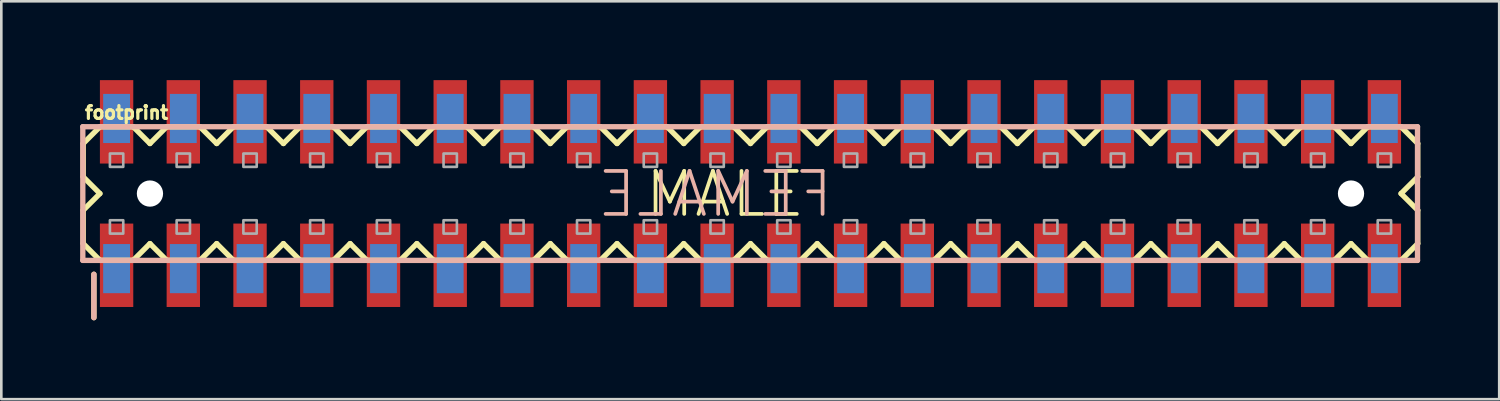
<source format=kicad_pcb>
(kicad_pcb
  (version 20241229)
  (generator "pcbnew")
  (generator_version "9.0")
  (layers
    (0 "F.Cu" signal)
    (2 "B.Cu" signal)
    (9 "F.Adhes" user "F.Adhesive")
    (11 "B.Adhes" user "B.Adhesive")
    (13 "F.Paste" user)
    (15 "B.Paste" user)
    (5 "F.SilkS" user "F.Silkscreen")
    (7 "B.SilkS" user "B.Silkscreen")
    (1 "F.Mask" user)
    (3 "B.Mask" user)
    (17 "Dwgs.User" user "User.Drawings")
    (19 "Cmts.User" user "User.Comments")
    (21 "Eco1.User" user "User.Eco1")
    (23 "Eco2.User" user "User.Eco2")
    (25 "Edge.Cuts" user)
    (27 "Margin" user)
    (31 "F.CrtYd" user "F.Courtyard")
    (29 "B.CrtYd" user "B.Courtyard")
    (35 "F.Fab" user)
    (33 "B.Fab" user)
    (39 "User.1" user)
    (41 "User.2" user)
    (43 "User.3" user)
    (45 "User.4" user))
  (footprint "footprint"
    (layer "F.Cu")
    (at 1.388 5.588)
    (property "Reference" "footprint" (at -1.27 -4.064 0) (layer "F.SilkS") (effects (font (size 0.488 0.488) (thickness 0.122)) (justify left bottom)))
    (fp_line (start -1.27 -3.175) (end -1.27 -1.905) (stroke (width 0.203) (type solid)) (layer "F.SilkS"))
    (fp_line (start -1.27 -3.175) (end -0.635 -3.81) (stroke (width 0.203) (type solid)) (layer "F.SilkS"))
    (fp_line (start -1.27 -1.905) (end -0.635 -1.27) (stroke (width 0.203) (type solid)) (layer "F.SilkS"))
    (fp_line (start -1.27 -0.635) (end -1.27 0.635) (stroke (width 0.203) (type solid)) (layer "F.SilkS"))
    (fp_line (start -1.27 0.635) (end -0.635 1.27) (stroke (width 0.203) (type solid)) (layer "F.SilkS"))
    (fp_line (start -0.864 3.454) (end -0.864 1.803) (stroke (width 0.203) (type solid)) (layer "F.SilkS"))
    (fp_line (start -0.635 -3.81) (end 0.635 -3.81) (stroke (width 0.203) (type solid)) (layer "F.SilkS"))
    (fp_line (start -0.635 -1.27) (end -1.27 -0.635) (stroke (width 0.203) (type solid)) (layer "F.SilkS"))
    (fp_line (start 0.635 -3.81) (end 1.27 -3.175) (stroke (width 0.203) (type solid)) (layer "F.SilkS"))
    (fp_line (start 0.635 1.27) (end -0.635 1.27) (stroke (width 0.203) (type solid)) (layer "F.SilkS"))
    (fp_line (start 1.27 -3.175) (end 1.905 -3.81) (stroke (width 0.203) (type solid)) (layer "F.SilkS"))
    (fp_line (start 1.27 0.635) (end 0.635 1.27) (stroke (width 0.203) (type solid)) (layer "F.SilkS"))
    (fp_line (start 1.905 -3.81) (end 3.175 -3.81) (stroke (width 0.203) (type solid)) (layer "F.SilkS"))
    (fp_line (start 1.905 1.27) (end 1.27 0.635) (stroke (width 0.203) (type solid)) (layer "F.SilkS"))
    (fp_line (start 3.175 -3.81) (end 3.81 -3.175) (stroke (width 0.203) (type solid)) (layer "F.SilkS"))
    (fp_line (start 3.175 1.27) (end 1.905 1.27) (stroke (width 0.203) (type solid)) (layer "F.SilkS"))
    (fp_line (start 3.81 -3.175) (end 4.445 -3.81) (stroke (width 0.203) (type solid)) (layer "F.SilkS"))
    (fp_line (start 3.81 0.635) (end 3.175 1.27) (stroke (width 0.203) (type solid)) (layer "F.SilkS"))
    (fp_line (start 4.445 -3.81) (end 5.715 -3.81) (stroke (width 0.203) (type solid)) (layer "F.SilkS"))
    (fp_line (start 4.445 1.27) (end 3.81 0.635) (stroke (width 0.203) (type solid)) (layer "F.SilkS"))
    (fp_line (start 5.715 -3.81) (end 6.35 -3.175) (stroke (width 0.203) (type solid)) (layer "F.SilkS"))
    (fp_line (start 5.715 1.27) (end 4.445 1.27) (stroke (width 0.203) (type solid)) (layer "F.SilkS"))
    (fp_line (start 6.35 0.635) (end 5.715 1.27) (stroke (width 0.203) (type solid)) (layer "F.SilkS"))
    (fp_line (start 6.35 0.635) (end 6.985 1.27) (stroke (width 0.203) (type solid)) (layer "F.SilkS"))
    (fp_line (start 6.985 -3.81) (end 6.35 -3.175) (stroke (width 0.203) (type solid)) (layer "F.SilkS"))
    (fp_line (start 6.985 -3.81) (end 8.255 -3.81) (stroke (width 0.203) (type solid)) (layer "F.SilkS"))
    (fp_line (start 8.255 -3.81) (end 8.89 -3.175) (stroke (width 0.203) (type solid)) (layer "F.SilkS"))
    (fp_line (start 8.255 1.27) (end 6.985 1.27) (stroke (width 0.203) (type solid)) (layer "F.SilkS"))
    (fp_line (start 8.89 -3.175) (end 9.525 -3.81) (stroke (width 0.203) (type solid)) (layer "F.SilkS"))
    (fp_line (start 8.89 0.635) (end 8.255 1.27) (stroke (width 0.203) (type solid)) (layer "F.SilkS"))
    (fp_line (start 9.525 -3.81) (end 10.795 -3.81) (stroke (width 0.203) (type solid)) (layer "F.SilkS"))
    (fp_line (start 9.525 1.27) (end 8.89 0.635) (stroke (width 0.203) (type solid)) (layer "F.SilkS"))
    (fp_line (start 10.795 -3.81) (end 11.43 -3.175) (stroke (width 0.203) (type solid)) (layer "F.SilkS"))
    (fp_line (start 10.795 1.27) (end 9.525 1.27) (stroke (width 0.203) (type solid)) (layer "F.SilkS"))
    (fp_line (start 11.43 -3.175) (end 12.065 -3.81) (stroke (width 0.203) (type solid)) (layer "F.SilkS"))
    (fp_line (start 11.43 0.635) (end 10.795 1.27) (stroke (width 0.203) (type solid)) (layer "F.SilkS"))
    (fp_line (start 12.065 -3.81) (end 13.335 -3.81) (stroke (width 0.203) (type solid)) (layer "F.SilkS"))
    (fp_line (start 12.065 1.27) (end 11.43 0.635) (stroke (width 0.203) (type solid)) (layer "F.SilkS"))
    (fp_line (start 13.335 -3.81) (end 13.97 -3.175) (stroke (width 0.203) (type solid)) (layer "F.SilkS"))
    (fp_line (start 13.335 1.27) (end 12.065 1.27) (stroke (width 0.203) (type solid)) (layer "F.SilkS"))
    (fp_line (start 13.97 0.635) (end 13.335 1.27) (stroke (width 0.203) (type solid)) (layer "F.SilkS"))
    (fp_line (start 13.97 0.635) (end 14.605 1.27) (stroke (width 0.203) (type solid)) (layer "F.SilkS"))
    (fp_line (start 14.605 -3.81) (end 13.97 -3.175) (stroke (width 0.203) (type solid)) (layer "F.SilkS"))
    (fp_line (start 14.605 -3.81) (end 15.875 -3.81) (stroke (width 0.203) (type solid)) (layer "F.SilkS"))
    (fp_line (start 15.875 -3.81) (end 16.51 -3.175) (stroke (width 0.203) (type solid)) (layer "F.SilkS"))
    (fp_line (start 15.875 1.27) (end 14.605 1.27) (stroke (width 0.203) (type solid)) (layer "F.SilkS"))
    (fp_line (start 16.51 0.635) (end 15.875 1.27) (stroke (width 0.203) (type solid)) (layer "F.SilkS"))
    (fp_line (start 16.51 0.635) (end 17.145 1.27) (stroke (width 0.203) (type solid)) (layer "F.SilkS"))
    (fp_line (start 17.145 -3.81) (end 16.51 -3.175) (stroke (width 0.203) (type solid)) (layer "F.SilkS"))
    (fp_line (start 17.145 -3.81) (end 18.415 -3.81) (stroke (width 0.203) (type solid)) (layer "F.SilkS"))
    (fp_line (start 18.415 -3.81) (end 19.05 -3.175) (stroke (width 0.203) (type solid)) (layer "F.SilkS"))
    (fp_line (start 18.415 1.27) (end 17.145 1.27) (stroke (width 0.203) (type solid)) (layer "F.SilkS"))
    (fp_line (start 19.05 -3.175) (end 19.685 -3.81) (stroke (width 0.203) (type solid)) (layer "F.SilkS"))
    (fp_line (start 19.05 0.635) (end 18.415 1.27) (stroke (width 0.203) (type solid)) (layer "F.SilkS"))
    (fp_line (start 19.685 -3.81) (end 20.955 -3.81) (stroke (width 0.203) (type solid)) (layer "F.SilkS"))
    (fp_line (start 19.685 1.27) (end 19.05 0.635) (stroke (width 0.203) (type solid)) (layer "F.SilkS"))
    (fp_line (start 20.955 -3.81) (end 21.59 -3.175) (stroke (width 0.203) (type solid)) (layer "F.SilkS"))
    (fp_line (start 20.955 1.27) (end 19.685 1.27) (stroke (width 0.203) (type solid)) (layer "F.SilkS"))
    (fp_line (start 21.59 -3.175) (end 22.225 -3.81) (stroke (width 0.203) (type solid)) (layer "F.SilkS"))
    (fp_line (start 21.59 0.635) (end 20.955 1.27) (stroke (width 0.203) (type solid)) (layer "F.SilkS"))
    (fp_line (start 22.225 -3.81) (end 23.495 -3.81) (stroke (width 0.203) (type solid)) (layer "F.SilkS"))
    (fp_line (start 22.225 1.27) (end 21.59 0.635) (stroke (width 0.203) (type solid)) (layer "F.SilkS"))
    (fp_line (start 23.495 -3.81) (end 24.13 -3.175) (stroke (width 0.203) (type solid)) (layer "F.SilkS"))
    (fp_line (start 23.495 1.27) (end 22.225 1.27) (stroke (width 0.203) (type solid)) (layer "F.SilkS"))
    (fp_line (start 24.13 0.635) (end 23.495 1.27) (stroke (width 0.203) (type solid)) (layer "F.SilkS"))
    (fp_line (start 24.13 0.635) (end 24.765 1.27) (stroke (width 0.203) (type solid)) (layer "F.SilkS"))
    (fp_line (start 24.765 -3.81) (end 24.13 -3.175) (stroke (width 0.203) (type solid)) (layer "F.SilkS"))
    (fp_line (start 24.765 -3.81) (end 26.035 -3.81) (stroke (width 0.203) (type solid)) (layer "F.SilkS"))
    (fp_line (start 26.035 -3.81) (end 26.67 -3.175) (stroke (width 0.203) (type solid)) (layer "F.SilkS"))
    (fp_line (start 26.035 1.27) (end 24.765 1.27) (stroke (width 0.203) (type solid)) (layer "F.SilkS"))
    (fp_line (start 26.67 -3.175) (end 27.305 -3.81) (stroke (width 0.203) (type solid)) (layer "F.SilkS"))
    (fp_line (start 26.67 0.635) (end 26.035 1.27) (stroke (width 0.203) (type solid)) (layer "F.SilkS"))
    (fp_line (start 27.305 -3.81) (end 28.575 -3.81) (stroke (width 0.203) (type solid)) (layer "F.SilkS"))
    (fp_line (start 27.305 1.27) (end 26.67 0.635) (stroke (width 0.203) (type solid)) (layer "F.SilkS"))
    (fp_line (start 28.575 -3.81) (end 29.21 -3.175) (stroke (width 0.203) (type solid)) (layer "F.SilkS"))
    (fp_line (start 28.575 1.27) (end 27.305 1.27) (stroke (width 0.203) (type solid)) (layer "F.SilkS"))
    (fp_line (start 29.21 -3.175) (end 29.845 -3.81) (stroke (width 0.203) (type solid)) (layer "F.SilkS"))
    (fp_line (start 29.21 0.635) (end 28.575 1.27) (stroke (width 0.203) (type solid)) (layer "F.SilkS"))
    (fp_line (start 29.845 -3.81) (end 31.115 -3.81) (stroke (width 0.203) (type solid)) (layer "F.SilkS"))
    (fp_line (start 29.845 1.27) (end 29.21 0.635) (stroke (width 0.203) (type solid)) (layer "F.SilkS"))
    (fp_line (start 31.115 -3.81) (end 31.75 -3.175) (stroke (width 0.203) (type solid)) (layer "F.SilkS"))
    (fp_line (start 31.115 1.27) (end 29.845 1.27) (stroke (width 0.203) (type solid)) (layer "F.SilkS"))
    (fp_line (start 31.75 0.635) (end 31.115 1.27) (stroke (width 0.203) (type solid)) (layer "F.SilkS"))
    (fp_line (start 32.385 -3.81) (end 31.75 -3.175) (stroke (width 0.203) (type solid)) (layer "F.SilkS"))
    (fp_line (start 32.385 -3.81) (end 33.655 -3.81) (stroke (width 0.203) (type solid)) (layer "F.SilkS"))
    (fp_line (start 32.385 1.27) (end 31.75 0.635) (stroke (width 0.203) (type solid)) (layer "F.SilkS"))
    (fp_line (start 33.655 -3.81) (end 34.29 -3.175) (stroke (width 0.203) (type solid)) (layer "F.SilkS"))
    (fp_line (start 33.655 1.27) (end 32.385 1.27) (stroke (width 0.203) (type solid)) (layer "F.SilkS"))
    (fp_line (start 34.29 0.635) (end 33.655 1.27) (stroke (width 0.203) (type solid)) (layer "F.SilkS"))
    (fp_line (start 34.925 -3.81) (end 34.29 -3.175) (stroke (width 0.203) (type solid)) (layer "F.SilkS"))
    (fp_line (start 34.925 -3.81) (end 36.195 -3.81) (stroke (width 0.203) (type solid)) (layer "F.SilkS"))
    (fp_line (start 34.925 1.27) (end 34.29 0.635) (stroke (width 0.203) (type solid)) (layer "F.SilkS"))
    (fp_line (start 36.195 -3.81) (end 36.83 -3.175) (stroke (width 0.203) (type solid)) (layer "F.SilkS"))
    (fp_line (start 36.195 1.27) (end 34.925 1.27) (stroke (width 0.203) (type solid)) (layer "F.SilkS"))
    (fp_line (start 36.83 -3.175) (end 37.465 -3.81) (stroke (width 0.203) (type solid)) (layer "F.SilkS"))
    (fp_line (start 36.83 0.635) (end 36.195 1.27) (stroke (width 0.203) (type solid)) (layer "F.SilkS"))
    (fp_line (start 37.465 -3.81) (end 38.735 -3.81) (stroke (width 0.203) (type solid)) (layer "F.SilkS"))
    (fp_line (start 37.465 1.27) (end 36.83 0.635) (stroke (width 0.203) (type solid)) (layer "F.SilkS"))
    (fp_line (start 38.735 -3.81) (end 39.37 -3.175) (stroke (width 0.203) (type solid)) (layer "F.SilkS"))
    (fp_line (start 38.735 1.27) (end 37.465 1.27) (stroke (width 0.203) (type solid)) (layer "F.SilkS"))
    (fp_line (start 38.735 1.27) (end 39.37 0.635) (stroke (width 0.203) (type solid)) (layer "F.SilkS"))
    (fp_line (start 39.37 -3.175) (end 40.005 -3.81) (stroke (width 0.203) (type solid)) (layer "F.SilkS"))
    (fp_line (start 40.005 -3.81) (end 41.275 -3.81) (stroke (width 0.203) (type solid)) (layer "F.SilkS"))
    (fp_line (start 40.005 1.27) (end 39.37 0.635) (stroke (width 0.203) (type solid)) (layer "F.SilkS"))
    (fp_line (start 41.275 -3.81) (end 41.91 -3.175) (stroke (width 0.203) (type solid)) (layer "F.SilkS"))
    (fp_line (start 41.275 1.27) (end 40.005 1.27) (stroke (width 0.203) (type solid)) (layer "F.SilkS"))
    (fp_line (start 41.91 0.635) (end 41.275 1.27) (stroke (width 0.203) (type solid)) (layer "F.SilkS"))
    (fp_line (start 42.545 -3.81) (end 41.91 -3.175) (stroke (width 0.203) (type solid)) (layer "F.SilkS"))
    (fp_line (start 42.545 -3.81) (end 43.815 -3.81) (stroke (width 0.203) (type solid)) (layer "F.SilkS"))
    (fp_line (start 42.545 1.27) (end 41.91 0.635) (stroke (width 0.203) (type solid)) (layer "F.SilkS"))
    (fp_line (start 43.815 -3.81) (end 44.45 -3.175) (stroke (width 0.203) (type solid)) (layer "F.SilkS"))
    (fp_line (start 43.815 1.27) (end 42.545 1.27) (stroke (width 0.203) (type solid)) (layer "F.SilkS"))
    (fp_line (start 44.45 -3.175) (end 45.085 -3.81) (stroke (width 0.203) (type solid)) (layer "F.SilkS"))
    (fp_line (start 44.45 0.635) (end 43.815 1.27) (stroke (width 0.203) (type solid)) (layer "F.SilkS"))
    (fp_line (start 45.085 -3.81) (end 46.355 -3.81) (stroke (width 0.203) (type solid)) (layer "F.SilkS"))
    (fp_line (start 45.085 1.27) (end 44.45 0.635) (stroke (width 0.203) (type solid)) (layer "F.SilkS"))
    (fp_line (start 46.355 -3.81) (end 46.99 -3.175) (stroke (width 0.203) (type solid)) (layer "F.SilkS"))
    (fp_line (start 46.355 1.27) (end 45.085 1.27) (stroke (width 0.203) (type solid)) (layer "F.SilkS"))
    (fp_line (start 46.355 1.27) (end 46.99 0.635) (stroke (width 0.203) (type solid)) (layer "F.SilkS"))
    (fp_line (start 46.99 -3.175) (end 47.625 -3.81) (stroke (width 0.203) (type solid)) (layer "F.SilkS"))
    (fp_line (start 47.625 -3.81) (end 48.895 -3.81) (stroke (width 0.203) (type solid)) (layer "F.SilkS"))
    (fp_line (start 47.625 1.27) (end 46.99 0.635) (stroke (width 0.203) (type solid)) (layer "F.SilkS"))
    (fp_line (start 48.895 -3.81) (end 49.53 -3.175) (stroke (width 0.203) (type solid)) (layer "F.SilkS"))
    (fp_line (start 48.895 -1.27) (end 49.53 -0.635) (stroke (width 0.203) (type solid)) (layer "F.SilkS"))
    (fp_line (start 48.895 1.27) (end 47.625 1.27) (stroke (width 0.203) (type solid)) (layer "F.SilkS"))
    (fp_line (start 48.895 1.27) (end 49.53 0.635) (stroke (width 0.203) (type solid)) (layer "F.SilkS"))
    (fp_line (start 49.53 -1.905) (end 48.895 -1.27) (stroke (width 0.203) (type solid)) (layer "F.SilkS"))
    (fp_line (start 49.53 -1.905) (end 49.53 -3.175) (stroke (width 0.203) (type solid)) (layer "F.SilkS"))
    (fp_line (start 49.53 0.635) (end 49.53 -0.635) (stroke (width 0.203) (type solid)) (layer "F.SilkS"))
    (fp_line (start -1.286 -3.814) (end 49.521 -3.814) (stroke (width 0.203) (type solid)) (layer "B.SilkS"))
    (fp_line (start -1.286 1.274) (end -1.286 -3.816) (stroke (width 0.203) (type solid)) (layer "B.SilkS"))
    (fp_line (start -0.864 3.454) (end -0.864 1.803) (stroke (width 0.203) (type solid)) (layer "B.SilkS"))
    (fp_line (start 49.521 -3.814) (end 49.521 1.274) (stroke (width 0.203) (type solid)) (layer "B.SilkS"))
    (fp_line (start 49.521 1.274) (end -1.286 1.274) (stroke (width 0.203) (type solid)) (layer "B.SilkS"))
    (fp_poly (pts (xy -0.254 0.254) (xy 0.254 0.254) (xy 0.254 -0.254) (xy -0.254 -0.254)) (stroke (width 0.1) (type solid)) (fill no) (layer "F.Fab"))
    (fp_poly (pts (xy 0.254 -2.794) (xy -0.254 -2.794) (xy -0.254 -2.286) (xy 0.254 -2.286)) (stroke (width 0.1) (type solid)) (fill no) (layer "F.Fab"))
    (fp_poly (pts (xy 2.286 0.254) (xy 2.794 0.254) (xy 2.794 -0.254) (xy 2.286 -0.254)) (stroke (width 0.1) (type solid)) (fill no) (layer "F.Fab"))
    (fp_poly (pts (xy 2.794 -2.794) (xy 2.286 -2.794) (xy 2.286 -2.286) (xy 2.794 -2.286)) (stroke (width 0.1) (type solid)) (fill no) (layer "F.Fab"))
    (fp_poly (pts (xy 4.826 0.254) (xy 5.334 0.254) (xy 5.334 -0.254) (xy 4.826 -0.254)) (stroke (width 0.1) (type solid)) (fill no) (layer "F.Fab"))
    (fp_poly (pts (xy 5.334 -2.794) (xy 4.826 -2.794) (xy 4.826 -2.286) (xy 5.334 -2.286)) (stroke (width 0.1) (type solid)) (fill no) (layer "F.Fab"))
    (fp_poly (pts (xy 7.366 0.254) (xy 7.874 0.254) (xy 7.874 -0.254) (xy 7.366 -0.254)) (stroke (width 0.1) (type solid)) (fill no) (layer "F.Fab"))
    (fp_poly (pts (xy 7.874 -2.794) (xy 7.366 -2.794) (xy 7.366 -2.286) (xy 7.874 -2.286)) (stroke (width 0.1) (type solid)) (fill no) (layer "F.Fab"))
    (fp_poly (pts (xy 9.906 0.254) (xy 10.414 0.254) (xy 10.414 -0.254) (xy 9.906 -0.254)) (stroke (width 0.1) (type solid)) (fill no) (layer "F.Fab"))
    (fp_poly (pts (xy 10.414 -2.794) (xy 9.906 -2.794) (xy 9.906 -2.286) (xy 10.414 -2.286)) (stroke (width 0.1) (type solid)) (fill no) (layer "F.Fab"))
    (fp_poly (pts (xy 12.446 0.254) (xy 12.954 0.254) (xy 12.954 -0.254) (xy 12.446 -0.254)) (stroke (width 0.1) (type solid)) (fill no) (layer "F.Fab"))
    (fp_poly (pts (xy 12.954 -2.794) (xy 12.446 -2.794) (xy 12.446 -2.286) (xy 12.954 -2.286)) (stroke (width 0.1) (type solid)) (fill no) (layer "F.Fab"))
    (fp_poly (pts (xy 14.986 0.254) (xy 15.494 0.254) (xy 15.494 -0.254) (xy 14.986 -0.254)) (stroke (width 0.1) (type solid)) (fill no) (layer "F.Fab"))
    (fp_poly (pts (xy 15.494 -2.794) (xy 14.986 -2.794) (xy 14.986 -2.286) (xy 15.494 -2.286)) (stroke (width 0.1) (type solid)) (fill no) (layer "F.Fab"))
    (fp_poly (pts (xy 17.526 0.254) (xy 18.034 0.254) (xy 18.034 -0.254) (xy 17.526 -0.254)) (stroke (width 0.1) (type solid)) (fill no) (layer "F.Fab"))
    (fp_poly (pts (xy 18.034 -2.794) (xy 17.526 -2.794) (xy 17.526 -2.286) (xy 18.034 -2.286)) (stroke (width 0.1) (type solid)) (fill no) (layer "F.Fab"))
    (fp_poly (pts (xy 20.066 0.254) (xy 20.574 0.254) (xy 20.574 -0.254) (xy 20.066 -0.254)) (stroke (width 0.1) (type solid)) (fill no) (layer "F.Fab"))
    (fp_poly (pts (xy 20.574 -2.794) (xy 20.066 -2.794) (xy 20.066 -2.286) (xy 20.574 -2.286)) (stroke (width 0.1) (type solid)) (fill no) (layer "F.Fab"))
    (fp_poly (pts (xy 22.606 0.254) (xy 23.114 0.254) (xy 23.114 -0.254) (xy 22.606 -0.254)) (stroke (width 0.1) (type solid)) (fill no) (layer "F.Fab"))
    (fp_poly (pts (xy 23.114 -2.794) (xy 22.606 -2.794) (xy 22.606 -2.286) (xy 23.114 -2.286)) (stroke (width 0.1) (type solid)) (fill no) (layer "F.Fab"))
    (fp_poly (pts (xy 25.146 0.254) (xy 25.654 0.254) (xy 25.654 -0.254) (xy 25.146 -0.254)) (stroke (width 0.1) (type solid)) (fill no) (layer "F.Fab"))
    (fp_poly (pts (xy 25.654 -2.794) (xy 25.146 -2.794) (xy 25.146 -2.286) (xy 25.654 -2.286)) (stroke (width 0.1) (type solid)) (fill no) (layer "F.Fab"))
    (fp_poly (pts (xy 27.686 0.254) (xy 28.194 0.254) (xy 28.194 -0.254) (xy 27.686 -0.254)) (stroke (width 0.1) (type solid)) (fill no) (layer "F.Fab"))
    (fp_poly (pts (xy 28.194 -2.794) (xy 27.686 -2.794) (xy 27.686 -2.286) (xy 28.194 -2.286)) (stroke (width 0.1) (type solid)) (fill no) (layer "F.Fab"))
    (fp_poly (pts (xy 30.226 0.254) (xy 30.734 0.254) (xy 30.734 -0.254) (xy 30.226 -0.254)) (stroke (width 0.1) (type solid)) (fill no) (layer "F.Fab"))
    (fp_poly (pts (xy 30.734 -2.794) (xy 30.226 -2.794) (xy 30.226 -2.286) (xy 30.734 -2.286)) (stroke (width 0.1) (type solid)) (fill no) (layer "F.Fab"))
    (fp_poly (pts (xy 33.274 -2.794) (xy 32.766 -2.794) (xy 32.766 -2.286) (xy 33.274 -2.286)) (stroke (width 0.1) (type solid)) (fill no) (layer "F.Fab"))
    (fp_poly (pts (xy 33.274 -0.254) (xy 32.766 -0.254) (xy 32.766 0.254) (xy 33.274 0.254)) (stroke (width 0.1) (type solid)) (fill no) (layer "F.Fab"))
    (fp_poly (pts (xy 35.814 -2.794) (xy 35.306 -2.794) (xy 35.306 -2.286) (xy 35.814 -2.286)) (stroke (width 0.1) (type solid)) (fill no) (layer "F.Fab"))
    (fp_poly (pts (xy 35.814 -0.254) (xy 35.306 -0.254) (xy 35.306 0.254) (xy 35.814 0.254)) (stroke (width 0.1) (type solid)) (fill no) (layer "F.Fab"))
    (fp_poly (pts (xy 38.354 -2.794) (xy 37.846 -2.794) (xy 37.846 -2.286) (xy 38.354 -2.286)) (stroke (width 0.1) (type solid)) (fill no) (layer "F.Fab"))
    (fp_poly (pts (xy 38.354 -0.254) (xy 37.846 -0.254) (xy 37.846 0.254) (xy 38.354 0.254)) (stroke (width 0.1) (type solid)) (fill no) (layer "F.Fab"))
    (fp_poly (pts (xy 40.894 -2.794) (xy 40.386 -2.794) (xy 40.386 -2.286) (xy 40.894 -2.286)) (stroke (width 0.1) (type solid)) (fill no) (layer "F.Fab"))
    (fp_poly (pts (xy 40.894 -0.254) (xy 40.386 -0.254) (xy 40.386 0.254) (xy 40.894 0.254)) (stroke (width 0.1) (type solid)) (fill no) (layer "F.Fab"))
    (fp_poly (pts (xy 43.434 -2.794) (xy 42.926 -2.794) (xy 42.926 -2.286) (xy 43.434 -2.286)) (stroke (width 0.1) (type solid)) (fill no) (layer "F.Fab"))
    (fp_poly (pts (xy 43.434 -0.254) (xy 42.926 -0.254) (xy 42.926 0.254) (xy 43.434 0.254)) (stroke (width 0.1) (type solid)) (fill no) (layer "F.Fab"))
    (fp_poly (pts (xy 45.974 -2.794) (xy 45.466 -2.794) (xy 45.466 -2.286) (xy 45.974 -2.286)) (stroke (width 0.1) (type solid)) (fill no) (layer "F.Fab"))
    (fp_poly (pts (xy 45.974 -0.254) (xy 45.466 -0.254) (xy 45.466 0.254) (xy 45.974 0.254)) (stroke (width 0.1) (type solid)) (fill no) (layer "F.Fab"))
    (fp_poly (pts (xy 48.514 -2.794) (xy 48.006 -2.794) (xy 48.006 -2.286) (xy 48.514 -2.286)) (stroke (width 0.1) (type solid)) (fill no) (layer "F.Fab"))
    (fp_poly (pts (xy 48.514 -0.254) (xy 48.006 -0.254) (xy 48.006 0.254) (xy 48.514 0.254)) (stroke (width 0.1) (type solid)) (fill no) (layer "F.Fab"))
    (fp_text user "MALE" (at 23.165 -1.245 0) (layer "F.SilkS") (effects (font (size 1.636 1.636) (thickness 0.142))))
    (fp_text user "FEMALE" (at 22.784 -1.245 0) (layer "B.SilkS") (effects (font (size 1.636 1.636) (thickness 0.142)) (justify mirror)))
    (pad "" np_thru_hole circle (at 1.27 -1.27) (size 1 1) (drill 1) (layers "*.Cu" "*.Mask"))
    (pad "" np_thru_hole circle (at 46.99 -1.27) (size 1 1) (drill 1) (layers "*.Cu" "*.Mask"))
    (pad "1" smd rect (at 0 1.46 90) (size 3.175 1.27) (layers "F.Cu" "F.Mask" "F.Paste"))
    (pad "1B" smd rect (at 0 1.587 270) (size 1.87 1.02) (layers "*.Cu" "*.Mask"))
    (pad "2" smd rect (at 0 -4 90) (size 3.175 1.27) (layers "F.Cu" "F.Mask" "F.Paste"))
    (pad "2B" smd rect (at 0 -4.128 270) (size 1.87 1.02) (layers "*.Cu" "*.Mask"))
    (pad "3" smd rect (at 2.54 1.46 90) (size 3.175 1.27) (layers "F.Cu" "F.Mask" "F.Paste"))
    (pad "3B" smd rect (at 2.54 1.587 270) (size 1.87 1.02) (layers "*.Cu" "*.Mask"))
    (pad "4" smd rect (at 2.54 -4 90) (size 3.175 1.27) (layers "F.Cu" "F.Mask" "F.Paste"))
    (pad "4B" smd rect (at 2.54 -4.128 270) (size 1.87 1.02) (layers "*.Cu" "*.Mask"))
    (pad "5" smd rect (at 5.08 1.46 90) (size 3.175 1.27) (layers "F.Cu" "F.Mask" "F.Paste"))
    (pad "5B" smd rect (at 5.08 1.587 270) (size 1.87 1.02) (layers "*.Cu" "*.Mask"))
    (pad "6" smd rect (at 5.08 -4 90) (size 3.175 1.27) (layers "F.Cu" "F.Mask" "F.Paste"))
    (pad "6B" smd rect (at 5.08 -4.128 270) (size 1.87 1.02) (layers "*.Cu" "*.Mask"))
    (pad "7" smd rect (at 7.62 1.46 90) (size 3.175 1.27) (layers "F.Cu" "F.Mask" "F.Paste"))
    (pad "7B" smd rect (at 7.62 1.587 270) (size 1.87 1.02) (layers "*.Cu" "*.Mask"))
    (pad "8" smd rect (at 7.62 -4 90) (size 3.175 1.27) (layers "F.Cu" "F.Mask" "F.Paste"))
    (pad "8B" smd rect (at 7.62 -4.128 270) (size 1.87 1.02) (layers "*.Cu" "*.Mask"))
    (pad "9" smd rect (at 10.16 1.46 90) (size 3.175 1.27) (layers "F.Cu" "F.Mask" "F.Paste"))
    (pad "9B" smd rect (at 10.16 1.587 270) (size 1.87 1.02) (layers "*.Cu" "*.Mask"))
    (pad "10" smd rect (at 10.16 -4 90) (size 3.175 1.27) (layers "F.Cu" "F.Mask" "F.Paste"))
    (pad "10B" smd rect (at 10.16 -4.128 270) (size 1.87 1.02) (layers "*.Cu" "*.Mask"))
    (pad "11" smd rect (at 12.7 1.46 90) (size 3.175 1.27) (layers "F.Cu" "F.Mask" "F.Paste"))
    (pad "11B" smd rect (at 12.7 1.587 270) (size 1.87 1.02) (layers "*.Cu" "*.Mask"))
    (pad "12" smd rect (at 12.7 -4 90) (size 3.175 1.27) (layers "F.Cu" "F.Mask" "F.Paste"))
    (pad "12B" smd rect (at 12.7 -4.128 270) (size 1.87 1.02) (layers "*.Cu" "*.Mask"))
    (pad "13" smd rect (at 15.24 1.46 90) (size 3.175 1.27) (layers "F.Cu" "F.Mask" "F.Paste"))
    (pad "13B" smd rect (at 15.24 1.587 270) (size 1.87 1.02) (layers "*.Cu" "*.Mask"))
    (pad "14" smd rect (at 15.24 -4 90) (size 3.175 1.27) (layers "F.Cu" "F.Mask" "F.Paste"))
    (pad "14B" smd rect (at 15.24 -4.128 270) (size 1.87 1.02) (layers "*.Cu" "*.Mask"))
    (pad "15" smd rect (at 17.78 1.46 90) (size 3.175 1.27) (layers "F.Cu" "F.Mask" "F.Paste"))
    (pad "15B" smd rect (at 17.78 1.587 270) (size 1.87 1.02) (layers "*.Cu" "*.Mask"))
    (pad "16" smd rect (at 17.78 -4 90) (size 3.175 1.27) (layers "F.Cu" "F.Mask" "F.Paste"))
    (pad "16B" smd rect (at 17.78 -4.128 270) (size 1.87 1.02) (layers "*.Cu" "*.Mask"))
    (pad "17" smd rect (at 20.32 1.46 90) (size 3.175 1.27) (layers "F.Cu" "F.Mask" "F.Paste"))
    (pad "17B" smd rect (at 20.32 1.587 270) (size 1.87 1.02) (layers "*.Cu" "*.Mask"))
    (pad "18" smd rect (at 20.32 -4 90) (size 3.175 1.27) (layers "F.Cu" "F.Mask" "F.Paste"))
    (pad "18B" smd rect (at 20.32 -4.128 270) (size 1.87 1.02) (layers "*.Cu" "*.Mask"))
    (pad "19" smd rect (at 22.86 1.46 90) (size 3.175 1.27) (layers "F.Cu" "F.Mask" "F.Paste"))
    (pad "19B" smd rect (at 22.86 1.587 270) (size 1.87 1.02) (layers "*.Cu" "*.Mask"))
    (pad "20" smd rect (at 22.86 -4 90) (size 3.175 1.27) (layers "F.Cu" "F.Mask" "F.Paste"))
    (pad "20B" smd rect (at 22.86 -4.128 270) (size 1.87 1.02) (layers "*.Cu" "*.Mask"))
    (pad "21" smd rect (at 25.4 1.46 90) (size 3.175 1.27) (layers "F.Cu" "F.Mask" "F.Paste"))
    (pad "21B" smd rect (at 25.4 1.587 270) (size 1.87 1.02) (layers "*.Cu" "*.Mask"))
    (pad "22" smd rect (at 25.4 -4 90) (size 3.175 1.27) (layers "F.Cu" "F.Mask" "F.Paste"))
    (pad "22B" smd rect (at 25.4 -4.128 270) (size 1.87 1.02) (layers "*.Cu" "*.Mask"))
    (pad "23" smd rect (at 27.94 1.46 90) (size 3.175 1.27) (layers "F.Cu" "F.Mask" "F.Paste"))
    (pad "23B" smd rect (at 27.94 1.587 270) (size 1.87 1.02) (layers "*.Cu" "*.Mask"))
    (pad "24" smd rect (at 27.94 -4 90) (size 3.175 1.27) (layers "F.Cu" "F.Mask" "F.Paste"))
    (pad "24B" smd rect (at 27.94 -4.128 270) (size 1.87 1.02) (layers "*.Cu" "*.Mask"))
    (pad "25" smd rect (at 30.48 1.46 90) (size 3.175 1.27) (layers "F.Cu" "F.Mask" "F.Paste"))
    (pad "25B" smd rect (at 30.48 1.587 270) (size 1.87 1.02) (layers "*.Cu" "*.Mask"))
    (pad "26" smd rect (at 30.48 -4 90) (size 3.175 1.27) (layers "F.Cu" "F.Mask" "F.Paste"))
    (pad "26B" smd rect (at 30.48 -4.128 270) (size 1.87 1.02) (layers "*.Cu" "*.Mask"))
    (pad "27" smd rect (at 33.02 1.46 90) (size 3.175 1.27) (layers "F.Cu" "F.Mask" "F.Paste"))
    (pad "27B" smd rect (at 33.02 1.587 270) (size 1.87 1.02) (layers "*.Cu" "*.Mask"))
    (pad "28" smd rect (at 33.02 -4 90) (size 3.175 1.27) (layers "F.Cu" "F.Mask" "F.Paste"))
    (pad "28B" smd rect (at 33.02 -4.128 270) (size 1.87 1.02) (layers "*.Cu" "*.Mask"))
    (pad "29" smd rect (at 35.56 1.46 90) (size 3.175 1.27) (layers "F.Cu" "F.Mask" "F.Paste"))
    (pad "29B" smd rect (at 35.56 1.587 270) (size 1.87 1.02) (layers "*.Cu" "*.Mask"))
    (pad "30" smd rect (at 35.56 -4 90) (size 3.175 1.27) (layers "F.Cu" "F.Mask" "F.Paste"))
    (pad "30B" smd rect (at 35.56 -4.128 270) (size 1.87 1.02) (layers "*.Cu" "*.Mask"))
    (pad "31" smd rect (at 38.1 1.46 90) (size 3.175 1.27) (layers "F.Cu" "F.Mask" "F.Paste"))
    (pad "31B" smd rect (at 38.1 1.587 270) (size 1.87 1.02) (layers "*.Cu" "*.Mask"))
    (pad "32" smd rect (at 38.1 -4 90) (size 3.175 1.27) (layers "F.Cu" "F.Mask" "F.Paste"))
    (pad "32B" smd rect (at 38.1 -4.128 270) (size 1.87 1.02) (layers "*.Cu" "*.Mask"))
    (pad "33" smd rect (at 40.64 1.46 90) (size 3.175 1.27) (layers "F.Cu" "F.Mask" "F.Paste"))
    (pad "33B" smd rect (at 40.64 1.587 270) (size 1.87 1.02) (layers "*.Cu" "*.Mask"))
    (pad "34" smd rect (at 40.64 -4 90) (size 3.175 1.27) (layers "F.Cu" "F.Mask" "F.Paste"))
    (pad "34B" smd rect (at 40.64 -4.128 270) (size 1.87 1.02) (layers "*.Cu" "*.Mask"))
    (pad "35" smd rect (at 43.18 1.46 90) (size 3.175 1.27) (layers "F.Cu" "F.Mask" "F.Paste"))
    (pad "35B" smd rect (at 43.18 1.587 270) (size 1.87 1.02) (layers "*.Cu" "*.Mask"))
    (pad "36" smd rect (at 43.18 -4 90) (size 3.175 1.27) (layers "F.Cu" "F.Mask" "F.Paste"))
    (pad "36B" smd rect (at 43.18 -4.128 270) (size 1.87 1.02) (layers "*.Cu" "*.Mask"))
    (pad "37" smd rect (at 45.72 1.46 90) (size 3.175 1.27) (layers "F.Cu" "F.Mask" "F.Paste"))
    (pad "37B" smd rect (at 45.72 1.587 270) (size 1.87 1.02) (layers "*.Cu" "*.Mask"))
    (pad "38" smd rect (at 45.72 -4 90) (size 3.175 1.27) (layers "F.Cu" "F.Mask" "F.Paste"))
    (pad "38B" smd rect (at 45.72 -4.128 270) (size 1.87 1.02) (layers "*.Cu" "*.Mask"))
    (pad "39" smd rect (at 48.26 1.46 90) (size 3.175 1.27) (layers "F.Cu" "F.Mask" "F.Paste"))
    (pad "39B" smd rect (at 48.26 1.587 270) (size 1.87 1.02) (layers "*.Cu" "*.Mask"))
    (pad "40" smd rect (at 48.26 -4 90) (size 3.175 1.27) (layers "F.Cu" "F.Mask" "F.Paste"))
    (pad "40B" smd rect (at 48.26 -4.128 270) (size 1.87 1.02) (layers "*.Cu" "*.Mask")))
  (gr_rect
    (start -3 -3)
    (end 54.019 12.144)
    (stroke (width 0.1) (type default))
    (fill no)
    (layer "Edge.Cuts")))
</source>
